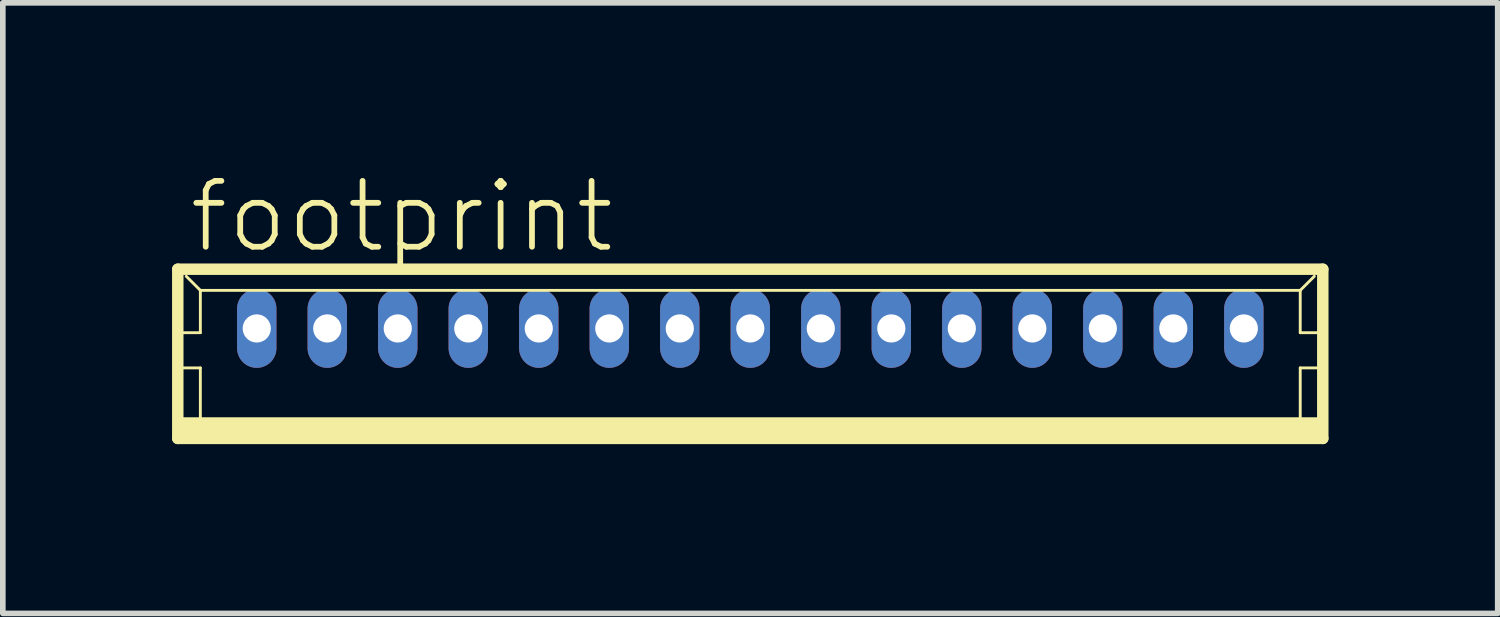
<source format=kicad_pcb>
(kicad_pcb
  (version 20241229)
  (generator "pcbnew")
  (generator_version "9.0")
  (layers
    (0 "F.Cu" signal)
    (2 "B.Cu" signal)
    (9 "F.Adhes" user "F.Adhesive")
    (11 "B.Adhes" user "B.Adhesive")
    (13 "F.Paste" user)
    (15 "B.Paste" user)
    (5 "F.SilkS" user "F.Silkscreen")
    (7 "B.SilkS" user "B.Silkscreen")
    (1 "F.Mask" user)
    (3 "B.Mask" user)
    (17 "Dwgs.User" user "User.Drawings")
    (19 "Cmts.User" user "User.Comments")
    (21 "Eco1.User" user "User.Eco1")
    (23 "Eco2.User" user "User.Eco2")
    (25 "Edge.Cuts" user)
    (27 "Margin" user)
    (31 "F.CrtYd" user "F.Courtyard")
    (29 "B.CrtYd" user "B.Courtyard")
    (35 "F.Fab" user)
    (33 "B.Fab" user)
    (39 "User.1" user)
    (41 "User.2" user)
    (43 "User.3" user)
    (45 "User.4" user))
  (footprint "footprint"
    (layer "F.Cu")
    (at 10.252 3.223)
    (property "Reference" "footprint" (at -10 -1.75 0) (layer "F.SilkS") (effects (font (size 1.168 1.168) (thickness 0.102)) (justify left bottom)))
    (fp_line (start -10.15 -1.5) (end -10.15 1.5) (stroke (width 0.203) (type solid)) (layer "F.SilkS"))
    (fp_line (start -10.15 1.5) (end 10.15 1.5) (stroke (width 0.203) (type solid)) (layer "F.SilkS"))
    (fp_line (start -10.125 -0.375) (end -9.75 -0.375) (stroke (width 0.051) (type solid)) (layer "F.SilkS"))
    (fp_line (start -10.125 0.25) (end -9.75 0.25) (stroke (width 0.051) (type solid)) (layer "F.SilkS"))
    (fp_line (start -9.75 -1.125) (end -10 -1.375) (stroke (width 0.051) (type solid)) (layer "F.SilkS"))
    (fp_line (start -9.75 -1.125) (end 9.75 -1.125) (stroke (width 0.051) (type solid)) (layer "F.SilkS"))
    (fp_line (start -9.75 -0.375) (end -9.75 -1.125) (stroke (width 0.051) (type solid)) (layer "F.SilkS"))
    (fp_line (start -9.75 0.25) (end -9.75 1.25) (stroke (width 0.051) (type solid)) (layer "F.SilkS"))
    (fp_line (start 9.75 -1.125) (end 9.75 -0.375) (stroke (width 0.051) (type solid)) (layer "F.SilkS"))
    (fp_line (start 9.75 -1.125) (end 10 -1.375) (stroke (width 0.051) (type solid)) (layer "F.SilkS"))
    (fp_line (start 9.75 -0.375) (end 10.125 -0.375) (stroke (width 0.051) (type solid)) (layer "F.SilkS"))
    (fp_line (start 9.75 0.25) (end 9.75 1.25) (stroke (width 0.051) (type solid)) (layer "F.SilkS"))
    (fp_line (start 9.75 0.25) (end 10.125 0.25) (stroke (width 0.051) (type solid)) (layer "F.SilkS"))
    (fp_line (start 10.15 -1.5) (end -10.15 -1.5) (stroke (width 0.203) (type solid)) (layer "F.SilkS"))
    (fp_line (start 10.15 1.5) (end 10.15 -1.5) (stroke (width 0.203) (type solid)) (layer "F.SilkS"))
    (fp_poly (pts (xy -10.125 1.5) (xy 10.125 1.5) (xy 10.125 1.125) (xy -10.125 1.125)) (stroke (width 0) (type solid)) (fill yes) (layer "F.SilkS"))
    (pad "1" thru_hole oval (at 8.75 -0.45 90) (size 1.397 0.698) (drill 0.5) (layers "*.Cu" "*.Mask"))
    (pad "2" thru_hole oval (at 7.5 -0.45 90) (size 1.397 0.698) (drill 0.5) (layers "*.Cu" "*.Mask"))
    (pad "3" thru_hole oval (at 6.25 -0.45 90) (size 1.397 0.698) (drill 0.5) (layers "*.Cu" "*.Mask"))
    (pad "4" thru_hole oval (at 5 -0.45 90) (size 1.397 0.698) (drill 0.5) (layers "*.Cu" "*.Mask"))
    (pad "5" thru_hole oval (at 3.75 -0.45 90) (size 1.397 0.698) (drill 0.5) (layers "*.Cu" "*.Mask"))
    (pad "6" thru_hole oval (at 2.5 -0.45 90) (size 1.397 0.698) (drill 0.5) (layers "*.Cu" "*.Mask"))
    (pad "7" thru_hole oval (at 1.25 -0.45 90) (size 1.397 0.698) (drill 0.5) (layers "*.Cu" "*.Mask"))
    (pad "8" thru_hole oval (at 0 -0.45 90) (size 1.397 0.698) (drill 0.5) (layers "*.Cu" "*.Mask"))
    (pad "9" thru_hole oval (at -1.25 -0.45 90) (size 1.397 0.698) (drill 0.5) (layers "*.Cu" "*.Mask"))
    (pad "10" thru_hole oval (at -2.5 -0.45 90) (size 1.397 0.698) (drill 0.5) (layers "*.Cu" "*.Mask"))
    (pad "11" thru_hole oval (at -3.75 -0.45 90) (size 1.397 0.698) (drill 0.5) (layers "*.Cu" "*.Mask"))
    (pad "12" thru_hole oval (at -5 -0.45 90) (size 1.397 0.698) (drill 0.5) (layers "*.Cu" "*.Mask"))
    (pad "13" thru_hole oval (at -6.25 -0.45 90) (size 1.397 0.698) (drill 0.5) (layers "*.Cu" "*.Mask"))
    (pad "14" thru_hole oval (at -7.5 -0.45 90) (size 1.397 0.698) (drill 0.5) (layers "*.Cu" "*.Mask"))
    (pad "15" thru_hole oval (at -8.75 -0.45 90) (size 1.397 0.698) (drill 0.5) (layers "*.Cu" "*.Mask")))
  (gr_rect
    (start -3 -3)
    (end 23.503 7.825)
    (stroke (width 0.1) (type default))
    (fill no)
    (layer "Edge.Cuts")))
</source>
